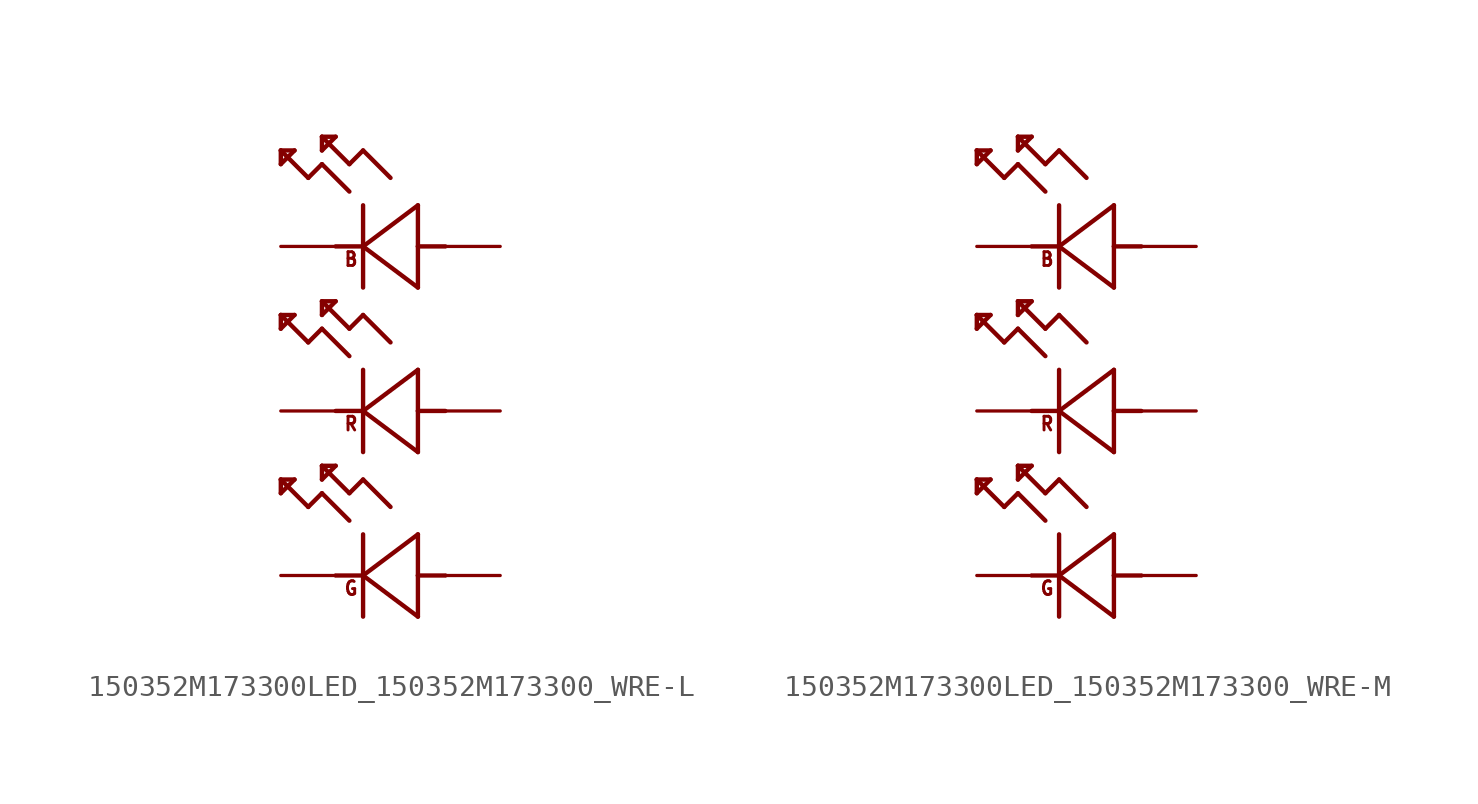
<source format=kicad_sym>
(kicad_symbol_lib
  (version 20220914)
  (generator kicad_symbol_editor)
  (symbol "150352M173300LED_150352M173300_WRE-L"
    (property "Reference" "LED"
      (at -2.819 9.042 0)
      (effects (font (size 3.48 2.958)) (justify left bottom) hide))
    (property "ki_locked" ""
      (at 0 0 0)
      (effects (font (size 1.27 1.27))))
    (symbol "150352M173300LED_150352M173300_WRE-L_1_0"
      (polyline (pts (xy 0 -11.43) (xy 0 -10.795)) (stroke (width 0.203) (type solid)) (fill (type none)))
      (polyline (pts (xy 0 -10.795) (xy 0.635 -10.795)) (stroke (width 0.203) (type solid)) (fill (type none)))
      (polyline (pts (xy 0 -3.81) (xy 0 -3.175)) (stroke (width 0.203) (type solid)) (fill (type none)))
      (polyline (pts (xy 0 -3.175) (xy 0.635 -3.175)) (stroke (width 0.203) (type solid)) (fill (type none)))
      (polyline (pts (xy 0 3.81) (xy 0 4.445)) (stroke (width 0.203) (type solid)) (fill (type none)))
      (polyline (pts (xy 0 4.445) (xy 0.635 4.445)) (stroke (width 0.203) (type solid)) (fill (type none)))
      (polyline (pts (xy 0.635 -10.795) (xy 0 -11.43)) (stroke (width 0.203) (type solid)) (fill (type none)))
      (polyline (pts (xy 0.635 -3.175) (xy 0 -3.81)) (stroke (width 0.203) (type solid)) (fill (type none)))
      (polyline (pts (xy 0.635 4.445) (xy 0 3.81)) (stroke (width 0.203) (type solid)) (fill (type none)))
      (polyline (pts (xy 1.27 -12.065) (xy 0 -10.795)) (stroke (width 0.203) (type solid)) (fill (type none)))
      (polyline (pts (xy 1.27 -4.445) (xy 0 -3.175)) (stroke (width 0.203) (type solid)) (fill (type none)))
      (polyline (pts (xy 1.27 3.175) (xy 0 4.445)) (stroke (width 0.203) (type solid)) (fill (type none)))
      (polyline (pts (xy 1.905 -11.43) (xy 1.27 -12.065)) (stroke (width 0.203) (type solid)) (fill (type none)))
      (polyline (pts (xy 1.905 -10.795) (xy 1.905 -10.16)) (stroke (width 0.203) (type solid)) (fill (type none)))
      (polyline (pts (xy 1.905 -10.16) (xy 2.54 -10.16)) (stroke (width 0.203) (type solid)) (fill (type none)))
      (polyline (pts (xy 1.905 -3.81) (xy 1.27 -4.445)) (stroke (width 0.203) (type solid)) (fill (type none)))
      (polyline (pts (xy 1.905 -3.175) (xy 1.905 -2.54)) (stroke (width 0.203) (type solid)) (fill (type none)))
      (polyline (pts (xy 1.905 -2.54) (xy 2.54 -2.54)) (stroke (width 0.203) (type solid)) (fill (type none)))
      (polyline (pts (xy 1.905 3.81) (xy 1.27 3.175)) (stroke (width 0.203) (type solid)) (fill (type none)))
      (polyline (pts (xy 1.905 4.445) (xy 1.905 5.08)) (stroke (width 0.203) (type solid)) (fill (type none)))
      (polyline (pts (xy 1.905 5.08) (xy 2.54 5.08)) (stroke (width 0.203) (type solid)) (fill (type none)))
      (polyline (pts (xy 2.54 -10.16) (xy 1.905 -10.795)) (stroke (width 0.203) (type solid)) (fill (type none)))
      (polyline (pts (xy 2.54 -2.54) (xy 1.905 -3.175)) (stroke (width 0.203) (type solid)) (fill (type none)))
      (polyline (pts (xy 2.54 5.08) (xy 1.905 4.445)) (stroke (width 0.203) (type solid)) (fill (type none)))
      (polyline (pts (xy 3.175 -12.7) (xy 1.905 -11.43)) (stroke (width 0.203) (type solid)) (fill (type none)))
      (polyline (pts (xy 3.175 -11.43) (xy 1.905 -10.16)) (stroke (width 0.203) (type solid)) (fill (type none)))
      (polyline (pts (xy 3.175 -5.08) (xy 1.905 -3.81)) (stroke (width 0.203) (type solid)) (fill (type none)))
      (polyline (pts (xy 3.175 -3.81) (xy 1.905 -2.54)) (stroke (width 0.203) (type solid)) (fill (type none)))
      (polyline (pts (xy 3.175 2.54) (xy 1.905 3.81)) (stroke (width 0.203) (type solid)) (fill (type none)))
      (polyline (pts (xy 3.175 3.81) (xy 1.905 5.08)) (stroke (width 0.203) (type solid)) (fill (type none)))
      (polyline (pts (xy 3.81 -17.145) (xy 3.81 -15.24)) (stroke (width 0.203) (type solid)) (fill (type none)))
      (polyline (pts (xy 3.81 -15.24) (xy 2.54 -15.24)) (stroke (width 0.203) (type solid)) (fill (type none)))
      (polyline (pts (xy 3.81 -15.24) (xy 3.81 -13.335)) (stroke (width 0.203) (type solid)) (fill (type none)))
      (polyline (pts (xy 3.81 -15.24) (xy 6.35 -13.335)) (stroke (width 0.203) (type solid)) (fill (type none)))
      (polyline (pts (xy 3.81 -10.795) (xy 3.175 -11.43)) (stroke (width 0.203) (type solid)) (fill (type none)))
      (polyline (pts (xy 3.81 -9.525) (xy 3.81 -7.62)) (stroke (width 0.203) (type solid)) (fill (type none)))
      (polyline (pts (xy 3.81 -7.62) (xy 2.54 -7.62)) (stroke (width 0.203) (type solid)) (fill (type none)))
      (polyline (pts (xy 3.81 -7.62) (xy 3.81 -5.715)) (stroke (width 0.203) (type solid)) (fill (type none)))
      (polyline (pts (xy 3.81 -7.62) (xy 6.35 -5.715)) (stroke (width 0.203) (type solid)) (fill (type none)))
      (polyline (pts (xy 3.81 -3.175) (xy 3.175 -3.81)) (stroke (width 0.203) (type solid)) (fill (type none)))
      (polyline (pts (xy 3.81 -1.905) (xy 3.81 0)) (stroke (width 0.203) (type solid)) (fill (type none)))
      (polyline (pts (xy 3.81 0) (xy 2.54 0)) (stroke (width 0.203) (type solid)) (fill (type none)))
      (polyline (pts (xy 3.81 0) (xy 3.81 1.905)) (stroke (width 0.203) (type solid)) (fill (type none)))
      (polyline (pts (xy 3.81 0) (xy 6.35 1.905)) (stroke (width 0.203) (type solid)) (fill (type none)))
      (polyline (pts (xy 3.81 4.445) (xy 3.175 3.81)) (stroke (width 0.203) (type solid)) (fill (type none)))
      (polyline (pts (xy 5.08 -12.065) (xy 3.81 -10.795)) (stroke (width 0.203) (type solid)) (fill (type none)))
      (polyline (pts (xy 5.08 -4.445) (xy 3.81 -3.175)) (stroke (width 0.203) (type solid)) (fill (type none)))
      (polyline (pts (xy 5.08 3.175) (xy 3.81 4.445)) (stroke (width 0.203) (type solid)) (fill (type none)))
      (polyline (pts (xy 6.35 -17.145) (xy 3.81 -15.24)) (stroke (width 0.203) (type solid)) (fill (type none)))
      (polyline (pts (xy 6.35 -15.24) (xy 6.35 -17.145)) (stroke (width 0.203) (type solid)) (fill (type none)))
      (polyline (pts (xy 6.35 -13.335) (xy 6.35 -15.24)) (stroke (width 0.203) (type solid)) (fill (type none)))
      (polyline (pts (xy 6.35 -9.525) (xy 3.81 -7.62)) (stroke (width 0.203) (type solid)) (fill (type none)))
      (polyline (pts (xy 6.35 -7.62) (xy 6.35 -9.525)) (stroke (width 0.203) (type solid)) (fill (type none)))
      (polyline (pts (xy 6.35 -5.715) (xy 6.35 -7.62)) (stroke (width 0.203) (type solid)) (fill (type none)))
      (polyline (pts (xy 6.35 -1.905) (xy 3.81 0)) (stroke (width 0.203) (type solid)) (fill (type none)))
      (polyline (pts (xy 6.35 0) (xy 6.35 -1.905)) (stroke (width 0.203) (type solid)) (fill (type none)))
      (polyline (pts (xy 6.35 1.905) (xy 6.35 0)) (stroke (width 0.203) (type solid)) (fill (type none)))
      (polyline (pts (xy 7.62 -15.24) (xy 6.35 -15.24)) (stroke (width 0.203) (type solid)) (fill (type none)))
      (polyline (pts (xy 7.62 -7.62) (xy 6.35 -7.62)) (stroke (width 0.203) (type solid)) (fill (type none)))
      (polyline (pts (xy 7.62 0) (xy 6.35 0)) (stroke (width 0.203) (type solid)) (fill (type none)))
      (text "B" (at 2.896 -0.965 0) (effects (font (size 0.635 0.54)) (justify left bottom)))
      (text "G" (at 2.896 -16.205 0) (effects (font (size 0.635 0.54)) (justify left bottom)))
      (text "R" (at 2.896 -8.585 0) (effects (font (size 0.635 0.54)) (justify left bottom)))
      (pin passive line (at 0 0 0) (length 2.54) (name "1" (effects (font (size 0 0)))) (number "1" (effects (font (size 0 0)))))
      (pin passive line (at 10.16 0 180) (length 2.54) (name "2" (effects (font (size 0 0)))) (number "2" (effects (font (size 0 0)))))
      (pin passive line (at 0 -7.62 0) (length 2.54) (name "3" (effects (font (size 0 0)))) (number "3" (effects (font (size 0 0)))))
      (pin passive line (at 10.16 -7.62 180) (length 2.54) (name "4" (effects (font (size 0 0)))) (number "4" (effects (font (size 0 0)))))
      (pin passive line (at 0 -15.24 0) (length 2.54) (name "5" (effects (font (size 0 0)))) (number "5" (effects (font (size 0 0)))))
      (pin passive line (at 10.16 -15.24 180) (length 2.54) (name "6" (effects (font (size 0 0)))) (number "6" (effects (font (size 0 0)))))))
  (symbol "150352M173300LED_150352M173300_WRE-M"
    (property "Reference" "LED"
      (at -2.819 9.042 0)
      (effects (font (size 3.48 2.958)) (justify left bottom) hide))
    (property "ki_locked" ""
      (at 0 0 0)
      (effects (font (size 1.27 1.27))))
    (symbol "150352M173300LED_150352M173300_WRE-M_1_0"
      (polyline (pts (xy 0 -11.43) (xy 0 -10.795)) (stroke (width 0.203) (type solid)) (fill (type none)))
      (polyline (pts (xy 0 -10.795) (xy 0.635 -10.795)) (stroke (width 0.203) (type solid)) (fill (type none)))
      (polyline (pts (xy 0 -3.81) (xy 0 -3.175)) (stroke (width 0.203) (type solid)) (fill (type none)))
      (polyline (pts (xy 0 -3.175) (xy 0.635 -3.175)) (stroke (width 0.203) (type solid)) (fill (type none)))
      (polyline (pts (xy 0 3.81) (xy 0 4.445)) (stroke (width 0.203) (type solid)) (fill (type none)))
      (polyline (pts (xy 0 4.445) (xy 0.635 4.445)) (stroke (width 0.203) (type solid)) (fill (type none)))
      (polyline (pts (xy 0.635 -10.795) (xy 0 -11.43)) (stroke (width 0.203) (type solid)) (fill (type none)))
      (polyline (pts (xy 0.635 -3.175) (xy 0 -3.81)) (stroke (width 0.203) (type solid)) (fill (type none)))
      (polyline (pts (xy 0.635 4.445) (xy 0 3.81)) (stroke (width 0.203) (type solid)) (fill (type none)))
      (polyline (pts (xy 1.27 -12.065) (xy 0 -10.795)) (stroke (width 0.203) (type solid)) (fill (type none)))
      (polyline (pts (xy 1.27 -4.445) (xy 0 -3.175)) (stroke (width 0.203) (type solid)) (fill (type none)))
      (polyline (pts (xy 1.27 3.175) (xy 0 4.445)) (stroke (width 0.203) (type solid)) (fill (type none)))
      (polyline (pts (xy 1.905 -11.43) (xy 1.27 -12.065)) (stroke (width 0.203) (type solid)) (fill (type none)))
      (polyline (pts (xy 1.905 -10.795) (xy 1.905 -10.16)) (stroke (width 0.203) (type solid)) (fill (type none)))
      (polyline (pts (xy 1.905 -10.16) (xy 2.54 -10.16)) (stroke (width 0.203) (type solid)) (fill (type none)))
      (polyline (pts (xy 1.905 -3.81) (xy 1.27 -4.445)) (stroke (width 0.203) (type solid)) (fill (type none)))
      (polyline (pts (xy 1.905 -3.175) (xy 1.905 -2.54)) (stroke (width 0.203) (type solid)) (fill (type none)))
      (polyline (pts (xy 1.905 -2.54) (xy 2.54 -2.54)) (stroke (width 0.203) (type solid)) (fill (type none)))
      (polyline (pts (xy 1.905 3.81) (xy 1.27 3.175)) (stroke (width 0.203) (type solid)) (fill (type none)))
      (polyline (pts (xy 1.905 4.445) (xy 1.905 5.08)) (stroke (width 0.203) (type solid)) (fill (type none)))
      (polyline (pts (xy 1.905 5.08) (xy 2.54 5.08)) (stroke (width 0.203) (type solid)) (fill (type none)))
      (polyline (pts (xy 2.54 -10.16) (xy 1.905 -10.795)) (stroke (width 0.203) (type solid)) (fill (type none)))
      (polyline (pts (xy 2.54 -2.54) (xy 1.905 -3.175)) (stroke (width 0.203) (type solid)) (fill (type none)))
      (polyline (pts (xy 2.54 5.08) (xy 1.905 4.445)) (stroke (width 0.203) (type solid)) (fill (type none)))
      (polyline (pts (xy 3.175 -12.7) (xy 1.905 -11.43)) (stroke (width 0.203) (type solid)) (fill (type none)))
      (polyline (pts (xy 3.175 -11.43) (xy 1.905 -10.16)) (stroke (width 0.203) (type solid)) (fill (type none)))
      (polyline (pts (xy 3.175 -5.08) (xy 1.905 -3.81)) (stroke (width 0.203) (type solid)) (fill (type none)))
      (polyline (pts (xy 3.175 -3.81) (xy 1.905 -2.54)) (stroke (width 0.203) (type solid)) (fill (type none)))
      (polyline (pts (xy 3.175 2.54) (xy 1.905 3.81)) (stroke (width 0.203) (type solid)) (fill (type none)))
      (polyline (pts (xy 3.175 3.81) (xy 1.905 5.08)) (stroke (width 0.203) (type solid)) (fill (type none)))
      (polyline (pts (xy 3.81 -17.145) (xy 3.81 -15.24)) (stroke (width 0.203) (type solid)) (fill (type none)))
      (polyline (pts (xy 3.81 -15.24) (xy 2.54 -15.24)) (stroke (width 0.203) (type solid)) (fill (type none)))
      (polyline (pts (xy 3.81 -15.24) (xy 3.81 -13.335)) (stroke (width 0.203) (type solid)) (fill (type none)))
      (polyline (pts (xy 3.81 -15.24) (xy 6.35 -13.335)) (stroke (width 0.203) (type solid)) (fill (type none)))
      (polyline (pts (xy 3.81 -10.795) (xy 3.175 -11.43)) (stroke (width 0.203) (type solid)) (fill (type none)))
      (polyline (pts (xy 3.81 -9.525) (xy 3.81 -7.62)) (stroke (width 0.203) (type solid)) (fill (type none)))
      (polyline (pts (xy 3.81 -7.62) (xy 2.54 -7.62)) (stroke (width 0.203) (type solid)) (fill (type none)))
      (polyline (pts (xy 3.81 -7.62) (xy 3.81 -5.715)) (stroke (width 0.203) (type solid)) (fill (type none)))
      (polyline (pts (xy 3.81 -7.62) (xy 6.35 -5.715)) (stroke (width 0.203) (type solid)) (fill (type none)))
      (polyline (pts (xy 3.81 -3.175) (xy 3.175 -3.81)) (stroke (width 0.203) (type solid)) (fill (type none)))
      (polyline (pts (xy 3.81 -1.905) (xy 3.81 0)) (stroke (width 0.203) (type solid)) (fill (type none)))
      (polyline (pts (xy 3.81 0) (xy 2.54 0)) (stroke (width 0.203) (type solid)) (fill (type none)))
      (polyline (pts (xy 3.81 0) (xy 3.81 1.905)) (stroke (width 0.203) (type solid)) (fill (type none)))
      (polyline (pts (xy 3.81 0) (xy 6.35 1.905)) (stroke (width 0.203) (type solid)) (fill (type none)))
      (polyline (pts (xy 3.81 4.445) (xy 3.175 3.81)) (stroke (width 0.203) (type solid)) (fill (type none)))
      (polyline (pts (xy 5.08 -12.065) (xy 3.81 -10.795)) (stroke (width 0.203) (type solid)) (fill (type none)))
      (polyline (pts (xy 5.08 -4.445) (xy 3.81 -3.175)) (stroke (width 0.203) (type solid)) (fill (type none)))
      (polyline (pts (xy 5.08 3.175) (xy 3.81 4.445)) (stroke (width 0.203) (type solid)) (fill (type none)))
      (polyline (pts (xy 6.35 -17.145) (xy 3.81 -15.24)) (stroke (width 0.203) (type solid)) (fill (type none)))
      (polyline (pts (xy 6.35 -15.24) (xy 6.35 -17.145)) (stroke (width 0.203) (type solid)) (fill (type none)))
      (polyline (pts (xy 6.35 -13.335) (xy 6.35 -15.24)) (stroke (width 0.203) (type solid)) (fill (type none)))
      (polyline (pts (xy 6.35 -9.525) (xy 3.81 -7.62)) (stroke (width 0.203) (type solid)) (fill (type none)))
      (polyline (pts (xy 6.35 -7.62) (xy 6.35 -9.525)) (stroke (width 0.203) (type solid)) (fill (type none)))
      (polyline (pts (xy 6.35 -5.715) (xy 6.35 -7.62)) (stroke (width 0.203) (type solid)) (fill (type none)))
      (polyline (pts (xy 6.35 -1.905) (xy 3.81 0)) (stroke (width 0.203) (type solid)) (fill (type none)))
      (polyline (pts (xy 6.35 0) (xy 6.35 -1.905)) (stroke (width 0.203) (type solid)) (fill (type none)))
      (polyline (pts (xy 6.35 1.905) (xy 6.35 0)) (stroke (width 0.203) (type solid)) (fill (type none)))
      (polyline (pts (xy 7.62 -15.24) (xy 6.35 -15.24)) (stroke (width 0.203) (type solid)) (fill (type none)))
      (polyline (pts (xy 7.62 -7.62) (xy 6.35 -7.62)) (stroke (width 0.203) (type solid)) (fill (type none)))
      (polyline (pts (xy 7.62 0) (xy 6.35 0)) (stroke (width 0.203) (type solid)) (fill (type none)))
      (text "B" (at 2.896 -0.965 0) (effects (font (size 0.635 0.54)) (justify left bottom)))
      (text "G" (at 2.896 -16.205 0) (effects (font (size 0.635 0.54)) (justify left bottom)))
      (text "R" (at 2.896 -8.585 0) (effects (font (size 0.635 0.54)) (justify left bottom)))
      (pin passive line (at 0 0 0) (length 2.54) (name "1" (effects (font (size 0 0)))) (number "1" (effects (font (size 0 0)))))
      (pin passive line (at 10.16 0 180) (length 2.54) (name "2" (effects (font (size 0 0)))) (number "2" (effects (font (size 0 0)))))
      (pin passive line (at 0 -7.62 0) (length 2.54) (name "3" (effects (font (size 0 0)))) (number "3" (effects (font (size 0 0)))))
      (pin passive line (at 10.16 -7.62 180) (length 2.54) (name "4" (effects (font (size 0 0)))) (number "4" (effects (font (size 0 0)))))
      (pin passive line (at 0 -15.24 0) (length 2.54) (name "5" (effects (font (size 0 0)))) (number "5" (effects (font (size 0 0)))))
      (pin passive line (at 10.16 -15.24 180) (length 2.54) (name "6" (effects (font (size 0 0)))) (number "6" (effects (font (size 0 0))))))))
</source>
